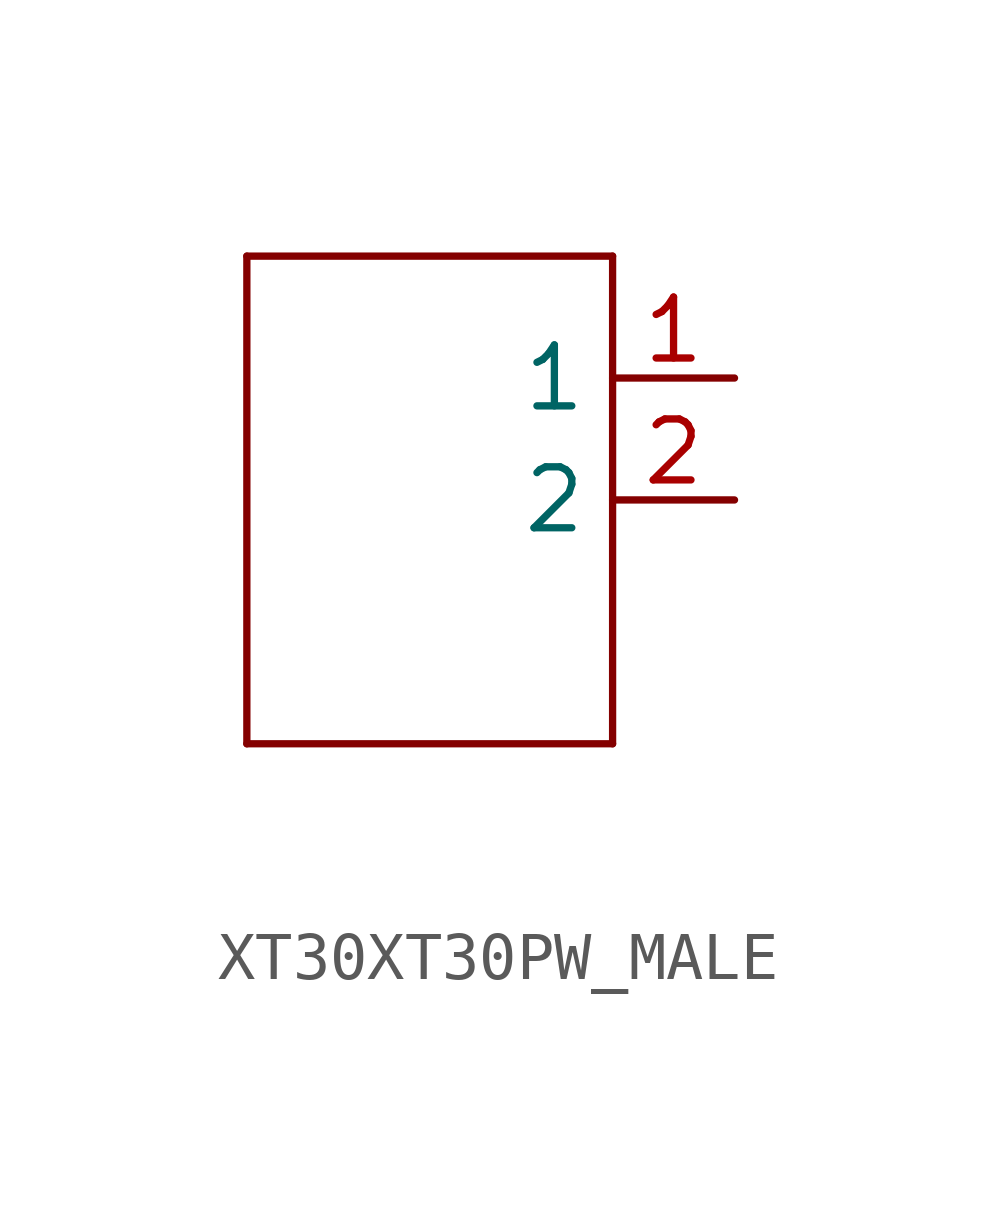
<source format=kicad_sym>
(kicad_symbol_lib
  (version 20220914)
  (generator kicad_symbol_editor)
  (symbol "XT30XT30PW_MALE"
    (property "Reference" ""
      (at -5.08 5.842 0)
      (effects (font (size 1.778 1.511)) (justify left bottom) hide))
    (property "Value" ""
      (at -5.08 -7.366 0)
      (effects (font (size 1.778 1.511)) (justify left bottom)))
    (property "ki_locked" ""
      (at 0 0 0)
      (effects (font (size 1.27 1.27))))
    (symbol "XT30XT30PW_MALE_1_0"
      (polyline (pts (xy -5.08 -5.08) (xy 2.54 -5.08)) (stroke (width 0.152) (type solid)) (fill (type none)))
      (polyline (pts (xy -5.08 5.08) (xy -5.08 -5.08)) (stroke (width 0.152) (type solid)) (fill (type none)))
      (polyline (pts (xy 2.54 -5.08) (xy 2.54 5.08)) (stroke (width 0.152) (type solid)) (fill (type none)))
      (polyline (pts (xy 2.54 5.08) (xy -5.08 5.08)) (stroke (width 0.152) (type solid)) (fill (type none)))
      (pin passive line (at 5.08 2.54 180) (length 2.54) (name "1" (effects (font (size 1.27 1.27)))) (number "1" (effects (font (size 1.27 1.27)))))
      (pin passive line (at 5.08 0 180) (length 2.54) (name "2" (effects (font (size 1.27 1.27)))) (number "2" (effects (font (size 1.27 1.27))))))))
</source>
